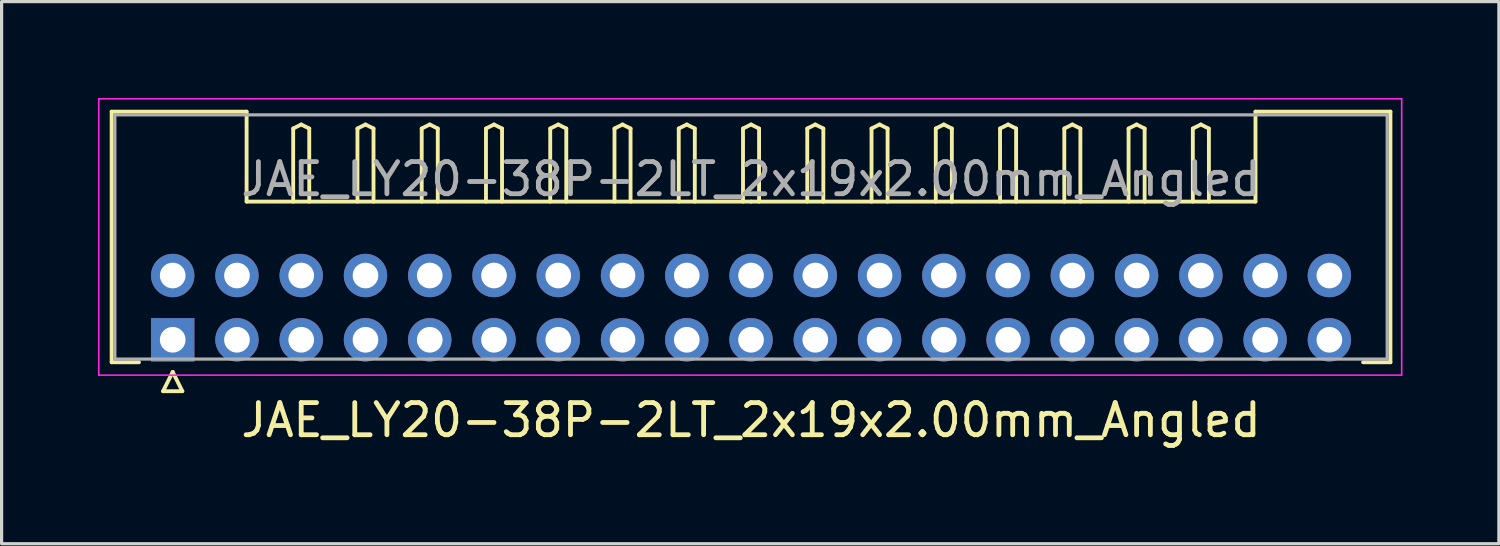
<source format=kicad_pcb>
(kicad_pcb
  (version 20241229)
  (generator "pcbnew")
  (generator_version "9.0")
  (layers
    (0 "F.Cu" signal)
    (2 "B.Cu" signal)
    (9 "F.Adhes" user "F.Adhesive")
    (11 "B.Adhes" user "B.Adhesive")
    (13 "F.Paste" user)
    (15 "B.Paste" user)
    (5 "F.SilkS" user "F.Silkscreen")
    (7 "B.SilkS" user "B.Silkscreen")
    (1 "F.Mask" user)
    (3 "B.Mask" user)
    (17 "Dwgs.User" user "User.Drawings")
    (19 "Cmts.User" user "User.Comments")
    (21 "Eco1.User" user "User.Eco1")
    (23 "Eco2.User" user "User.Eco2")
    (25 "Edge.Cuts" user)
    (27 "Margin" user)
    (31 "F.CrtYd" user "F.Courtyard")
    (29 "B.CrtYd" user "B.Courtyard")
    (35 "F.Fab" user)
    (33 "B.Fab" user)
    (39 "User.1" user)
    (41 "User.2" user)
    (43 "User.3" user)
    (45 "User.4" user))
  (footprint "JAE_LY20-38P-2LT_2x19x2.00mm_Angled"
    (layer "F.Cu")
    (at 2.325 7.525)
    (property "Reference" "JAE_LY20-38P-2LT_2x19x2.00mm_Angled" (at 18 2.5 0) (layer "F.SilkS") (effects (font (size 1 1) (thickness 0.15))))
    (attr through_hole)
    (fp_line (start -1.9 -7.1) (end 2.3 -7.1) (stroke (width 0.12) (type solid)) (layer "F.SilkS"))
    (fp_line (start -1.9 0.7) (end -1.9 -7.1) (stroke (width 0.12) (type solid)) (layer "F.SilkS"))
    (fp_line (start -1.05 0.7) (end -1.9 0.7) (stroke (width 0.12) (type solid)) (layer "F.SilkS"))
    (fp_line (start -0.3 1.6) (end 0.3 1.6) (stroke (width 0.12) (type solid)) (layer "F.SilkS"))
    (fp_line (start 0 1) (end -0.3 1.6) (stroke (width 0.12) (type solid)) (layer "F.SilkS"))
    (fp_line (start 0.3 1.6) (end 0 1) (stroke (width 0.12) (type solid)) (layer "F.SilkS"))
    (fp_line (start 2.3 -7.1) (end 2.3 -4.3) (stroke (width 0.12) (type solid)) (layer "F.SilkS"))
    (fp_line (start 2.3 -4.3) (end 18 -4.3) (stroke (width 0.12) (type solid)) (layer "F.SilkS"))
    (fp_line (start 3.75 -6.575) (end 4 -6.7) (stroke (width 0.12) (type solid)) (layer "F.SilkS"))
    (fp_line (start 3.75 -4.3) (end 3.75 -6.575) (stroke (width 0.12) (type solid)) (layer "F.SilkS"))
    (fp_line (start 4 -6.7) (end 4.25 -6.575) (stroke (width 0.12) (type solid)) (layer "F.SilkS"))
    (fp_line (start 4.25 -6.575) (end 4.25 -4.3) (stroke (width 0.12) (type solid)) (layer "F.SilkS"))
    (fp_line (start 5.75 -6.575) (end 6 -6.7) (stroke (width 0.12) (type solid)) (layer "F.SilkS"))
    (fp_line (start 5.75 -4.3) (end 5.75 -6.575) (stroke (width 0.12) (type solid)) (layer "F.SilkS"))
    (fp_line (start 6 -6.7) (end 6.25 -6.575) (stroke (width 0.12) (type solid)) (layer "F.SilkS"))
    (fp_line (start 6.25 -6.575) (end 6.25 -4.3) (stroke (width 0.12) (type solid)) (layer "F.SilkS"))
    (fp_line (start 7.75 -6.575) (end 8 -6.7) (stroke (width 0.12) (type solid)) (layer "F.SilkS"))
    (fp_line (start 7.75 -4.3) (end 7.75 -6.575) (stroke (width 0.12) (type solid)) (layer "F.SilkS"))
    (fp_line (start 8 -6.7) (end 8.25 -6.575) (stroke (width 0.12) (type solid)) (layer "F.SilkS"))
    (fp_line (start 8.25 -6.575) (end 8.25 -4.3) (stroke (width 0.12) (type solid)) (layer "F.SilkS"))
    (fp_line (start 9.75 -6.575) (end 10 -6.7) (stroke (width 0.12) (type solid)) (layer "F.SilkS"))
    (fp_line (start 9.75 -4.3) (end 9.75 -6.575) (stroke (width 0.12) (type solid)) (layer "F.SilkS"))
    (fp_line (start 10 -6.7) (end 10.25 -6.575) (stroke (width 0.12) (type solid)) (layer "F.SilkS"))
    (fp_line (start 10.25 -6.575) (end 10.25 -4.3) (stroke (width 0.12) (type solid)) (layer "F.SilkS"))
    (fp_line (start 11.75 -6.575) (end 12 -6.7) (stroke (width 0.12) (type solid)) (layer "F.SilkS"))
    (fp_line (start 11.75 -4.3) (end 11.75 -6.575) (stroke (width 0.12) (type solid)) (layer "F.SilkS"))
    (fp_line (start 12 -6.7) (end 12.25 -6.575) (stroke (width 0.12) (type solid)) (layer "F.SilkS"))
    (fp_line (start 12.25 -6.575) (end 12.25 -4.3) (stroke (width 0.12) (type solid)) (layer "F.SilkS"))
    (fp_line (start 13.75 -6.575) (end 14 -6.7) (stroke (width 0.12) (type solid)) (layer "F.SilkS"))
    (fp_line (start 13.75 -4.3) (end 13.75 -6.575) (stroke (width 0.12) (type solid)) (layer "F.SilkS"))
    (fp_line (start 14 -6.7) (end 14.25 -6.575) (stroke (width 0.12) (type solid)) (layer "F.SilkS"))
    (fp_line (start 14.25 -6.575) (end 14.25 -4.3) (stroke (width 0.12) (type solid)) (layer "F.SilkS"))
    (fp_line (start 15.75 -6.575) (end 16 -6.7) (stroke (width 0.12) (type solid)) (layer "F.SilkS"))
    (fp_line (start 15.75 -4.3) (end 15.75 -6.575) (stroke (width 0.12) (type solid)) (layer "F.SilkS"))
    (fp_line (start 16 -6.7) (end 16.25 -6.575) (stroke (width 0.12) (type solid)) (layer "F.SilkS"))
    (fp_line (start 16.25 -6.575) (end 16.25 -4.3) (stroke (width 0.12) (type solid)) (layer "F.SilkS"))
    (fp_line (start 17.75 -6.575) (end 18 -6.7) (stroke (width 0.12) (type solid)) (layer "F.SilkS"))
    (fp_line (start 17.75 -4.3) (end 17.75 -6.575) (stroke (width 0.12) (type solid)) (layer "F.SilkS"))
    (fp_line (start 18 -6.7) (end 18.25 -6.575) (stroke (width 0.12) (type solid)) (layer "F.SilkS"))
    (fp_line (start 18.25 -6.575) (end 18.25 -4.3) (stroke (width 0.12) (type solid)) (layer "F.SilkS"))
    (fp_line (start 19.75 -6.575) (end 20 -6.7) (stroke (width 0.12) (type solid)) (layer "F.SilkS"))
    (fp_line (start 19.75 -4.3) (end 19.75 -6.575) (stroke (width 0.12) (type solid)) (layer "F.SilkS"))
    (fp_line (start 20 -6.7) (end 20.25 -6.575) (stroke (width 0.12) (type solid)) (layer "F.SilkS"))
    (fp_line (start 20.25 -6.575) (end 20.25 -4.3) (stroke (width 0.12) (type solid)) (layer "F.SilkS"))
    (fp_line (start 21.75 -6.575) (end 22 -6.7) (stroke (width 0.12) (type solid)) (layer "F.SilkS"))
    (fp_line (start 21.75 -4.3) (end 21.75 -6.575) (stroke (width 0.12) (type solid)) (layer "F.SilkS"))
    (fp_line (start 22 -6.7) (end 22.25 -6.575) (stroke (width 0.12) (type solid)) (layer "F.SilkS"))
    (fp_line (start 22.25 -6.575) (end 22.25 -4.3) (stroke (width 0.12) (type solid)) (layer "F.SilkS"))
    (fp_line (start 23.75 -6.575) (end 24 -6.7) (stroke (width 0.12) (type solid)) (layer "F.SilkS"))
    (fp_line (start 23.75 -4.3) (end 23.75 -6.575) (stroke (width 0.12) (type solid)) (layer "F.SilkS"))
    (fp_line (start 24 -6.7) (end 24.25 -6.575) (stroke (width 0.12) (type solid)) (layer "F.SilkS"))
    (fp_line (start 24.25 -6.575) (end 24.25 -4.3) (stroke (width 0.12) (type solid)) (layer "F.SilkS"))
    (fp_line (start 25.75 -6.575) (end 26 -6.7) (stroke (width 0.12) (type solid)) (layer "F.SilkS"))
    (fp_line (start 25.75 -4.3) (end 25.75 -6.575) (stroke (width 0.12) (type solid)) (layer "F.SilkS"))
    (fp_line (start 26 -6.7) (end 26.25 -6.575) (stroke (width 0.12) (type solid)) (layer "F.SilkS"))
    (fp_line (start 26.25 -6.575) (end 26.25 -4.3) (stroke (width 0.12) (type solid)) (layer "F.SilkS"))
    (fp_line (start 27.75 -6.575) (end 28 -6.7) (stroke (width 0.12) (type solid)) (layer "F.SilkS"))
    (fp_line (start 27.75 -4.3) (end 27.75 -6.575) (stroke (width 0.12) (type solid)) (layer "F.SilkS"))
    (fp_line (start 28 -6.7) (end 28.25 -6.575) (stroke (width 0.12) (type solid)) (layer "F.SilkS"))
    (fp_line (start 28.25 -6.575) (end 28.25 -4.3) (stroke (width 0.12) (type solid)) (layer "F.SilkS"))
    (fp_line (start 29.75 -6.575) (end 30 -6.7) (stroke (width 0.12) (type solid)) (layer "F.SilkS"))
    (fp_line (start 29.75 -4.3) (end 29.75 -6.575) (stroke (width 0.12) (type solid)) (layer "F.SilkS"))
    (fp_line (start 30 -6.7) (end 30.25 -6.575) (stroke (width 0.12) (type solid)) (layer "F.SilkS"))
    (fp_line (start 30.25 -6.575) (end 30.25 -4.3) (stroke (width 0.12) (type solid)) (layer "F.SilkS"))
    (fp_line (start 31.75 -6.575) (end 32 -6.7) (stroke (width 0.12) (type solid)) (layer "F.SilkS"))
    (fp_line (start 31.75 -4.3) (end 31.75 -6.575) (stroke (width 0.12) (type solid)) (layer "F.SilkS"))
    (fp_line (start 32 -6.7) (end 32.25 -6.575) (stroke (width 0.12) (type solid)) (layer "F.SilkS"))
    (fp_line (start 32.25 -6.575) (end 32.25 -4.3) (stroke (width 0.12) (type solid)) (layer "F.SilkS"))
    (fp_line (start 33.7 -7.1) (end 33.7 -4.3) (stroke (width 0.12) (type solid)) (layer "F.SilkS"))
    (fp_line (start 33.7 -4.3) (end 18 -4.3) (stroke (width 0.12) (type solid)) (layer "F.SilkS"))
    (fp_line (start 37.05 0.7) (end 37.9 0.7) (stroke (width 0.12) (type solid)) (layer "F.SilkS"))
    (fp_line (start 37.9 -7.1) (end 33.7 -7.1) (stroke (width 0.12) (type solid)) (layer "F.SilkS"))
    (fp_line (start 37.9 0.7) (end 37.9 -7.1) (stroke (width 0.12) (type solid)) (layer "F.SilkS"))
    (fp_line (start -2.3 -7.5) (end -2.3 1.1) (stroke (width 0.05) (type solid)) (layer "F.CrtYd"))
    (fp_line (start -2.3 1.1) (end 38.25 1.1) (stroke (width 0.05) (type solid)) (layer "F.CrtYd"))
    (fp_line (start 38.25 -7.5) (end -2.3 -7.5) (stroke (width 0.05) (type solid)) (layer "F.CrtYd"))
    (fp_line (start 38.25 1.1) (end 38.25 -7.5) (stroke (width 0.05) (type solid)) (layer "F.CrtYd"))
    (fp_line (start -1.8 -7) (end -1.8 0.6) (stroke (width 0.1) (type solid)) (layer "F.Fab"))
    (fp_line (start -1.8 0.6) (end 37.8 0.6) (stroke (width 0.1) (type solid)) (layer "F.Fab"))
    (fp_line (start 37.8 -7) (end -1.8 -7) (stroke (width 0.1) (type solid)) (layer "F.Fab"))
    (fp_line (start 37.8 0.6) (end 37.8 -7) (stroke (width 0.1) (type solid)) (layer "F.Fab"))
    (fp_text user "${REFERENCE}" (at 18 -5 0) (layer "F.Fab") (effects (font (size 1 1) (thickness 0.15))))
    (pad "1" thru_hole rect (at 0 0) (size 1.35 1.35) (drill 0.8) (layers "*.Cu" "*.Mask"))
    (pad "2" thru_hole circle (at 2 0) (size 1.35 1.35) (drill 0.8) (layers "*.Cu" "*.Mask"))
    (pad "3" thru_hole circle (at 4 0) (size 1.35 1.35) (drill 0.8) (layers "*.Cu" "*.Mask"))
    (pad "4" thru_hole circle (at 6 0) (size 1.35 1.35) (drill 0.8) (layers "*.Cu" "*.Mask"))
    (pad "5" thru_hole circle (at 8 0) (size 1.35 1.35) (drill 0.8) (layers "*.Cu" "*.Mask"))
    (pad "6" thru_hole circle (at 10 0) (size 1.35 1.35) (drill 0.8) (layers "*.Cu" "*.Mask"))
    (pad "7" thru_hole circle (at 12 0) (size 1.35 1.35) (drill 0.8) (layers "*.Cu" "*.Mask"))
    (pad "8" thru_hole circle (at 14 0) (size 1.35 1.35) (drill 0.8) (layers "*.Cu" "*.Mask"))
    (pad "9" thru_hole circle (at 16 0) (size 1.35 1.35) (drill 0.8) (layers "*.Cu" "*.Mask"))
    (pad "10" thru_hole circle (at 18 0) (size 1.35 1.35) (drill 0.8) (layers "*.Cu" "*.Mask"))
    (pad "11" thru_hole circle (at 20 0) (size 1.35 1.35) (drill 0.8) (layers "*.Cu" "*.Mask"))
    (pad "12" thru_hole circle (at 22 0) (size 1.35 1.35) (drill 0.8) (layers "*.Cu" "*.Mask"))
    (pad "13" thru_hole circle (at 24 0) (size 1.35 1.35) (drill 0.8) (layers "*.Cu" "*.Mask"))
    (pad "14" thru_hole circle (at 26 0) (size 1.35 1.35) (drill 0.8) (layers "*.Cu" "*.Mask"))
    (pad "15" thru_hole circle (at 28 0) (size 1.35 1.35) (drill 0.8) (layers "*.Cu" "*.Mask"))
    (pad "16" thru_hole circle (at 30 0) (size 1.35 1.35) (drill 0.8) (layers "*.Cu" "*.Mask"))
    (pad "17" thru_hole circle (at 32 0) (size 1.35 1.35) (drill 0.8) (layers "*.Cu" "*.Mask"))
    (pad "18" thru_hole circle (at 34 0) (size 1.35 1.35) (drill 0.8) (layers "*.Cu" "*.Mask"))
    (pad "19" thru_hole circle (at 36 0) (size 1.35 1.35) (drill 0.8) (layers "*.Cu" "*.Mask"))
    (pad "20" thru_hole circle (at 0 -2) (size 1.35 1.35) (drill 0.8) (layers "*.Cu" "*.Mask"))
    (pad "21" thru_hole circle (at 2 -2) (size 1.35 1.35) (drill 0.8) (layers "*.Cu" "*.Mask"))
    (pad "22" thru_hole circle (at 4 -2) (size 1.35 1.35) (drill 0.8) (layers "*.Cu" "*.Mask"))
    (pad "23" thru_hole circle (at 6 -2) (size 1.35 1.35) (drill 0.8) (layers "*.Cu" "*.Mask"))
    (pad "24" thru_hole circle (at 8 -2) (size 1.35 1.35) (drill 0.8) (layers "*.Cu" "*.Mask"))
    (pad "25" thru_hole circle (at 10 -2) (size 1.35 1.35) (drill 0.8) (layers "*.Cu" "*.Mask"))
    (pad "26" thru_hole circle (at 12 -2) (size 1.35 1.35) (drill 0.8) (layers "*.Cu" "*.Mask"))
    (pad "27" thru_hole circle (at 14 -2) (size 1.35 1.35) (drill 0.8) (layers "*.Cu" "*.Mask"))
    (pad "28" thru_hole circle (at 16 -2) (size 1.35 1.35) (drill 0.8) (layers "*.Cu" "*.Mask"))
    (pad "29" thru_hole circle (at 18 -2) (size 1.35 1.35) (drill 0.8) (layers "*.Cu" "*.Mask"))
    (pad "30" thru_hole circle (at 20 -2) (size 1.35 1.35) (drill 0.8) (layers "*.Cu" "*.Mask"))
    (pad "31" thru_hole circle (at 22 -2) (size 1.35 1.35) (drill 0.8) (layers "*.Cu" "*.Mask"))
    (pad "32" thru_hole circle (at 24 -2) (size 1.35 1.35) (drill 0.8) (layers "*.Cu" "*.Mask"))
    (pad "33" thru_hole circle (at 26 -2) (size 1.35 1.35) (drill 0.8) (layers "*.Cu" "*.Mask"))
    (pad "34" thru_hole circle (at 28 -2) (size 1.35 1.35) (drill 0.8) (layers "*.Cu" "*.Mask"))
    (pad "35" thru_hole circle (at 30 -2) (size 1.35 1.35) (drill 0.8) (layers "*.Cu" "*.Mask"))
    (pad "36" thru_hole circle (at 32 -2) (size 1.35 1.35) (drill 0.8) (layers "*.Cu" "*.Mask"))
    (pad "37" thru_hole circle (at 34 -2) (size 1.35 1.35) (drill 0.8) (layers "*.Cu" "*.Mask"))
    (pad "38" thru_hole circle (at 36 -2) (size 1.35 1.35) (drill 0.8) (layers "*.Cu" "*.Mask")))
  (gr_rect
    (start -3 -3)
    (end 43.6 13.873)
    (stroke (width 0.1) (type default))
    (fill no)
    (layer "Edge.Cuts")))
</source>
